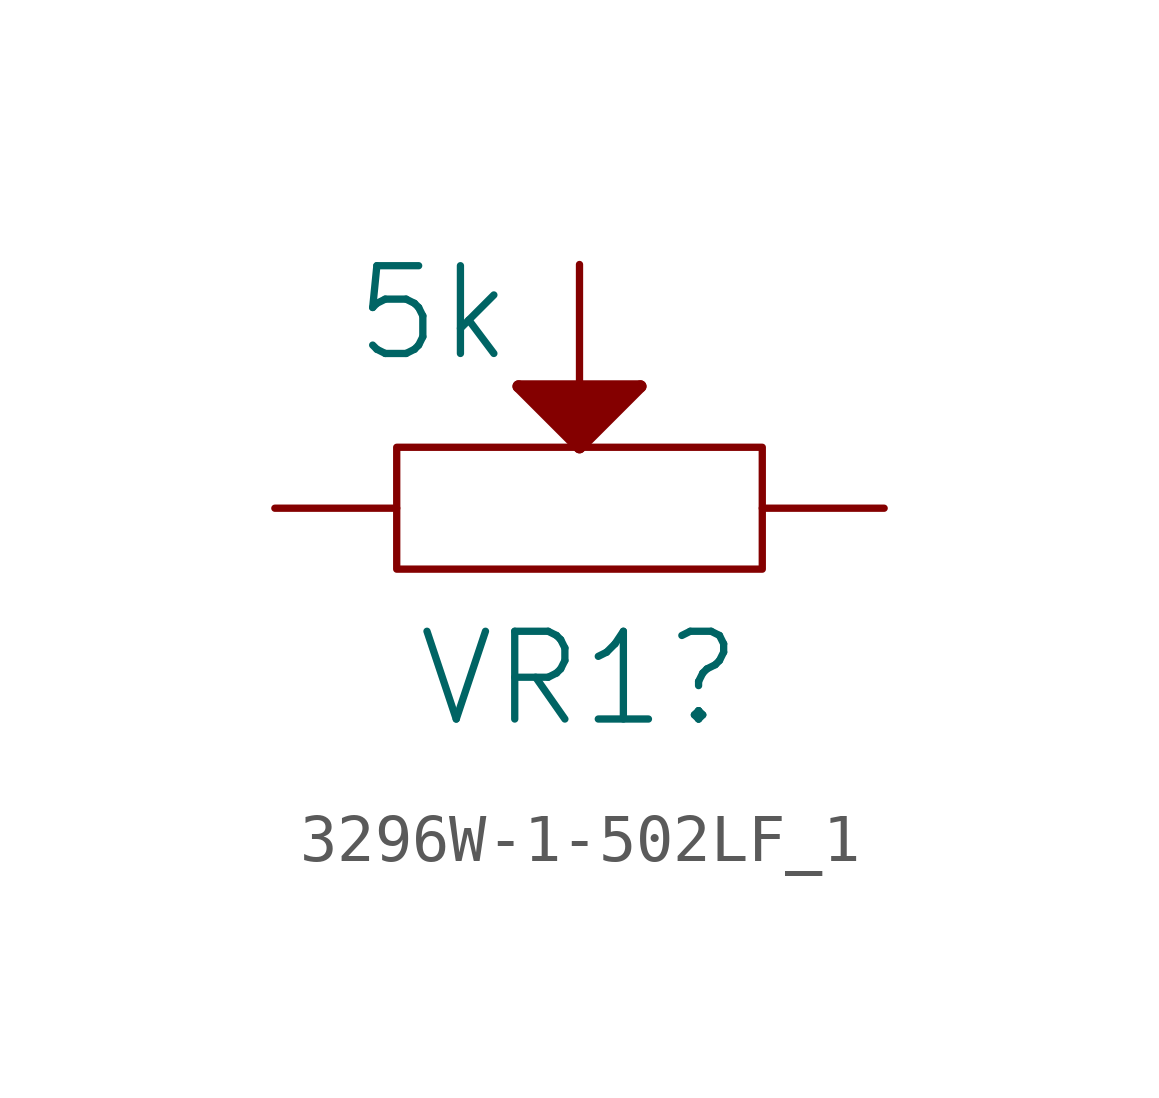
<source format=kicad_sym>
(kicad_symbol_lib
  (version 20231120)
  (generator "kicad_symbol_editor")
  (generator_version "8.0")
  (symbol "3296W-1-502LF_1"
    (property "Reference" "VR1"
      (at 0 -3.556 0)
      (effects (font (size 1.829 1.829))))
    (property "Value" "5k"
      (at -3.048 4.064 0)
      (effects (font (size 1.829 1.829))))
    (symbol "3296W-1-502LF_1_0_1"
      (rectangle (start -3.81 1.27) (end 3.81 -1.27) (stroke (width 0) (type default)) (fill (type none))))
    (symbol "3296W-1-502LF_1_1_0"
      (polyline (pts (xy -1.27 2.54) (xy 1.27 2.54)) (stroke (width 0.254) (type solid)) (fill (type none)))
      (polyline (pts (xy 0 1.27) (xy -1.27 2.54)) (stroke (width 0.254) (type solid)) (fill (type none)))
      (polyline (pts (xy 1.27 2.54) (xy 0 1.27)) (stroke (width 0.254) (type solid)) (fill (type none)))
      (polyline (pts (xy -1.27 2.54) (xy 1.27 2.54) (xy 0 1.27) (xy -1.27 2.54)) (stroke (width -0.0001) (type solid)) (fill (type outline)))
      (pin passive line (at -6.35 0 0) (length 2.54) (name "CCW" (effects (font (size 0 0)))) (number "1" (effects (font (size 0 0)))))
      (pin passive line (at 0 5.08 270) (length 2.54) (name "WIPER" (effects (font (size 0 0)))) (number "2" (effects (font (size 0 0)))))
      (pin passive line (at 6.35 0 180) (length 2.54) (name "CW" (effects (font (size 0 0)))) (number "3" (effects (font (size 0 0))))))))
</source>
